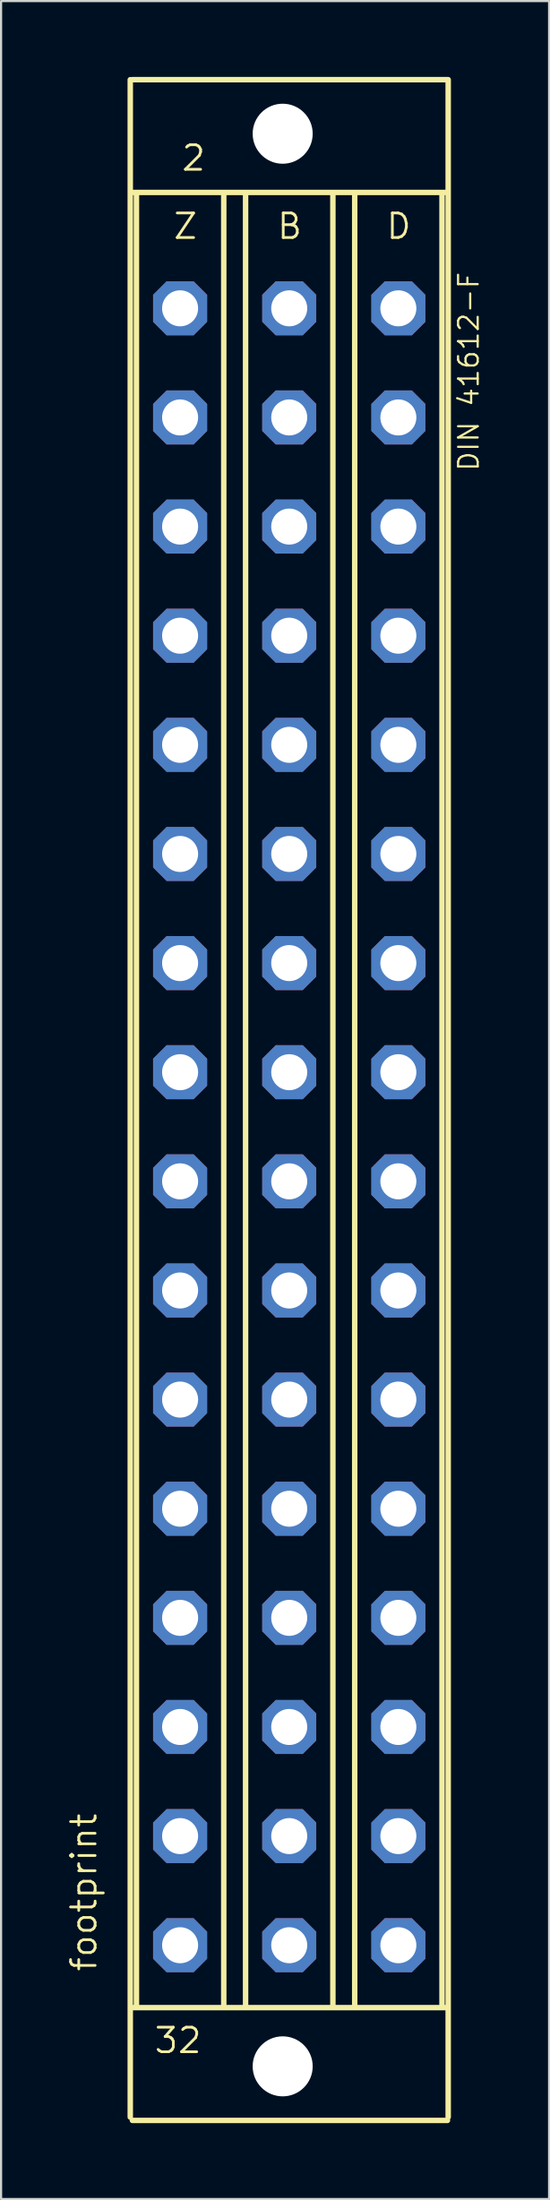
<source format=kicad_pcb>
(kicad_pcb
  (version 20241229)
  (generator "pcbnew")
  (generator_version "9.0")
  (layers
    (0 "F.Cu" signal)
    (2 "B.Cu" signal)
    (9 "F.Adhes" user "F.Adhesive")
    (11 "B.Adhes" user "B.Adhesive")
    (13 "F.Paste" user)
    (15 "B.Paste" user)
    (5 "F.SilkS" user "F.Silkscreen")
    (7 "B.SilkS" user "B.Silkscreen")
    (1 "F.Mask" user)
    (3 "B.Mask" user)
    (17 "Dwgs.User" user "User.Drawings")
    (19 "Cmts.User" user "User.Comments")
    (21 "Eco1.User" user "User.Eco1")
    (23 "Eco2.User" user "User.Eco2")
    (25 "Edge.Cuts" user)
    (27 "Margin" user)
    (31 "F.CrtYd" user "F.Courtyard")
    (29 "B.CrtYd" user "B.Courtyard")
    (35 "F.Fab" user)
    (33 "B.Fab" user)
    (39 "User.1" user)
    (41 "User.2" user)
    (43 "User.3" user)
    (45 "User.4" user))
  (footprint "footprint"
    (layer "F.Cu")
    (at 10.414 48.158)
    (property "Reference" "footprint" (at -8.89 40.64 90) (layer "F.SilkS") (effects (font (size 1.143 1.143) (thickness 0.127)) (justify left bottom)))
    (fp_line (start -7.4 47.346) (end -7.4 -47.498) (stroke (width 0.254) (type solid)) (layer "F.SilkS"))
    (fp_line (start -7.3 -47.5) (end 7.366 -47.5) (stroke (width 0.254) (type solid)) (layer "F.SilkS"))
    (fp_line (start -7.3 -42.25) (end 7.366 -42.25) (stroke (width 0.254) (type solid)) (layer "F.SilkS"))
    (fp_line (start -7.3 42.25) (end 7.366 42.25) (stroke (width 0.254) (type solid)) (layer "F.SilkS"))
    (fp_line (start -7.3 47.5) (end 7.366 47.5) (stroke (width 0.254) (type solid)) (layer "F.SilkS"))
    (fp_line (start -7.112 -42.164) (end -7.112 42.164) (stroke (width 0.254) (type solid)) (layer "F.SilkS"))
    (fp_line (start -3.048 -42.164) (end -3.048 42.164) (stroke (width 0.254) (type solid)) (layer "F.SilkS"))
    (fp_line (start -2.032 -42.164) (end -2.032 42.164) (stroke (width 0.254) (type solid)) (layer "F.SilkS"))
    (fp_line (start 2.032 -42.164) (end 2.032 42.164) (stroke (width 0.254) (type solid)) (layer "F.SilkS"))
    (fp_line (start 3.048 -42.164) (end 3.048 42.164) (stroke (width 0.254) (type solid)) (layer "F.SilkS"))
    (fp_line (start 7.112 -42.164) (end 7.112 42.164) (stroke (width 0.254) (type solid)) (layer "F.SilkS"))
    (fp_line (start 7.4 47.346) (end 7.4 -47.498) (stroke (width 0.254) (type solid)) (layer "F.SilkS"))
    (fp_text user "B" (at -0.635 -40.005 0) (layer "F.SilkS") (effects (font (size 1.143 1.143) (thickness 0.127)) (justify left bottom)))
    (fp_text user "2" (at -5.08 -43.18 0) (layer "F.SilkS") (effects (font (size 1.143 1.143) (thickness 0.127)) (justify left bottom)))
    (fp_text user "D" (at 4.445 -40.005 0) (layer "F.SilkS") (effects (font (size 1.143 1.143) (thickness 0.127)) (justify left bottom)))
    (fp_text user "32" (at -6.35 44.45 0) (layer "F.SilkS") (effects (font (size 1.143 1.143) (thickness 0.127)) (justify left bottom)))
    (fp_text user "Z" (at -5.461 -40.005 0) (layer "F.SilkS") (effects (font (size 1.143 1.143) (thickness 0.127)) (justify left bottom)))
    (fp_text user "DIN 41612-F" (at 8.89 -29.21 90) (layer "F.SilkS") (effects (font (size 0.914 0.914) (thickness 0.102)) (justify left bottom)))
    (pad "" np_thru_hole circle (at -0.305 -44.983) (size 2.794 2.794) (drill 2.794) (layers "*.Cu" "*.Mask"))
    (pad "" np_thru_hole circle (at -0.305 44.983) (size 2.794 2.794) (drill 2.794) (layers "*.Cu" "*.Mask"))
    (pad "B2" thru_hole roundrect (at 0 -36.855) (size 2.515 2.515) (drill 1.676) (layers "*.Cu" "*.Mask") (roundrect_rratio 0.25) (chamfer_ratio 0.25) (chamfer top_left top_right bottom_left bottom_right))
    (pad "B4" thru_hole roundrect (at 0 -31.775) (size 2.515 2.515) (drill 1.676) (layers "*.Cu" "*.Mask") (roundrect_rratio 0.25) (chamfer_ratio 0.25) (chamfer top_left top_right bottom_left bottom_right))
    (pad "B6" thru_hole roundrect (at 0 -26.695) (size 2.515 2.515) (drill 1.676) (layers "*.Cu" "*.Mask") (roundrect_rratio 0.25) (chamfer_ratio 0.25) (chamfer top_left top_right bottom_left bottom_right))
    (pad "B8" thru_hole roundrect (at 0 -21.615) (size 2.515 2.515) (drill 1.676) (layers "*.Cu" "*.Mask") (roundrect_rratio 0.25) (chamfer_ratio 0.25) (chamfer top_left top_right bottom_left bottom_right))
    (pad "B10" thru_hole roundrect (at 0 -16.535) (size 2.515 2.515) (drill 1.676) (layers "*.Cu" "*.Mask") (roundrect_rratio 0.25) (chamfer_ratio 0.25) (chamfer top_left top_right bottom_left bottom_right))
    (pad "B12" thru_hole roundrect (at 0 -11.455) (size 2.515 2.515) (drill 1.676) (layers "*.Cu" "*.Mask") (roundrect_rratio 0.25) (chamfer_ratio 0.25) (chamfer top_left top_right bottom_left bottom_right))
    (pad "B14" thru_hole roundrect (at 0 -6.375) (size 2.515 2.515) (drill 1.676) (layers "*.Cu" "*.Mask") (roundrect_rratio 0.25) (chamfer_ratio 0.25) (chamfer top_left top_right bottom_left bottom_right))
    (pad "B16" thru_hole roundrect (at 0 -1.295) (size 2.515 2.515) (drill 1.676) (layers "*.Cu" "*.Mask") (roundrect_rratio 0.25) (chamfer_ratio 0.25) (chamfer top_left top_right bottom_left bottom_right))
    (pad "B18" thru_hole roundrect (at 0 3.785) (size 2.515 2.515) (drill 1.676) (layers "*.Cu" "*.Mask") (roundrect_rratio 0.25) (chamfer_ratio 0.25) (chamfer top_left top_right bottom_left bottom_right))
    (pad "B20" thru_hole roundrect (at 0 8.865) (size 2.515 2.515) (drill 1.676) (layers "*.Cu" "*.Mask") (roundrect_rratio 0.25) (chamfer_ratio 0.25) (chamfer top_left top_right bottom_left bottom_right))
    (pad "B22" thru_hole roundrect (at 0 13.945) (size 2.515 2.515) (drill 1.676) (layers "*.Cu" "*.Mask") (roundrect_rratio 0.25) (chamfer_ratio 0.25) (chamfer top_left top_right bottom_left bottom_right))
    (pad "B24" thru_hole roundrect (at 0 19.025) (size 2.515 2.515) (drill 1.676) (layers "*.Cu" "*.Mask") (roundrect_rratio 0.25) (chamfer_ratio 0.25) (chamfer top_left top_right bottom_left bottom_right))
    (pad "B26" thru_hole roundrect (at 0 24.105) (size 2.515 2.515) (drill 1.676) (layers "*.Cu" "*.Mask") (roundrect_rratio 0.25) (chamfer_ratio 0.25) (chamfer top_left top_right bottom_left bottom_right))
    (pad "B28" thru_hole roundrect (at 0 29.185) (size 2.515 2.515) (drill 1.676) (layers "*.Cu" "*.Mask") (roundrect_rratio 0.25) (chamfer_ratio 0.25) (chamfer top_left top_right bottom_left bottom_right))
    (pad "B30" thru_hole roundrect (at 0 34.265) (size 2.515 2.515) (drill 1.676) (layers "*.Cu" "*.Mask") (roundrect_rratio 0.25) (chamfer_ratio 0.25) (chamfer top_left top_right bottom_left bottom_right))
    (pad "B32" thru_hole roundrect (at 0 39.345) (size 2.515 2.515) (drill 1.676) (layers "*.Cu" "*.Mask") (roundrect_rratio 0.25) (chamfer_ratio 0.25) (chamfer top_left top_right bottom_left bottom_right))
    (pad "D2" thru_hole roundrect (at 5.08 -36.855) (size 2.515 2.515) (drill 1.676) (layers "*.Cu" "*.Mask") (roundrect_rratio 0.25) (chamfer_ratio 0.25) (chamfer top_left top_right bottom_left bottom_right))
    (pad "D4" thru_hole roundrect (at 5.08 -31.775) (size 2.515 2.515) (drill 1.676) (layers "*.Cu" "*.Mask") (roundrect_rratio 0.25) (chamfer_ratio 0.25) (chamfer top_left top_right bottom_left bottom_right))
    (pad "D6" thru_hole roundrect (at 5.08 -26.695) (size 2.515 2.515) (drill 1.676) (layers "*.Cu" "*.Mask") (roundrect_rratio 0.25) (chamfer_ratio 0.25) (chamfer top_left top_right bottom_left bottom_right))
    (pad "D8" thru_hole roundrect (at 5.08 -21.615) (size 2.515 2.515) (drill 1.676) (layers "*.Cu" "*.Mask") (roundrect_rratio 0.25) (chamfer_ratio 0.25) (chamfer top_left top_right bottom_left bottom_right))
    (pad "D10" thru_hole roundrect (at 5.08 -16.535) (size 2.515 2.515) (drill 1.676) (layers "*.Cu" "*.Mask") (roundrect_rratio 0.25) (chamfer_ratio 0.25) (chamfer top_left top_right bottom_left bottom_right))
    (pad "D12" thru_hole roundrect (at 5.08 -11.455) (size 2.515 2.515) (drill 1.676) (layers "*.Cu" "*.Mask") (roundrect_rratio 0.25) (chamfer_ratio 0.25) (chamfer top_left top_right bottom_left bottom_right))
    (pad "D14" thru_hole roundrect (at 5.08 -6.375) (size 2.515 2.515) (drill 1.676) (layers "*.Cu" "*.Mask") (roundrect_rratio 0.25) (chamfer_ratio 0.25) (chamfer top_left top_right bottom_left bottom_right))
    (pad "D16" thru_hole roundrect (at 5.08 -1.295) (size 2.515 2.515) (drill 1.676) (layers "*.Cu" "*.Mask") (roundrect_rratio 0.25) (chamfer_ratio 0.25) (chamfer top_left top_right bottom_left bottom_right))
    (pad "D18" thru_hole roundrect (at 5.08 3.785) (size 2.515 2.515) (drill 1.676) (layers "*.Cu" "*.Mask") (roundrect_rratio 0.25) (chamfer_ratio 0.25) (chamfer top_left top_right bottom_left bottom_right))
    (pad "D20" thru_hole roundrect (at 5.08 8.865) (size 2.515 2.515) (drill 1.676) (layers "*.Cu" "*.Mask") (roundrect_rratio 0.25) (chamfer_ratio 0.25) (chamfer top_left top_right bottom_left bottom_right))
    (pad "D22" thru_hole roundrect (at 5.08 13.945) (size 2.515 2.515) (drill 1.676) (layers "*.Cu" "*.Mask") (roundrect_rratio 0.25) (chamfer_ratio 0.25) (chamfer top_left top_right bottom_left bottom_right))
    (pad "D24" thru_hole roundrect (at 5.08 19.025) (size 2.515 2.515) (drill 1.676) (layers "*.Cu" "*.Mask") (roundrect_rratio 0.25) (chamfer_ratio 0.25) (chamfer top_left top_right bottom_left bottom_right))
    (pad "D26" thru_hole roundrect (at 5.08 24.105) (size 2.515 2.515) (drill 1.676) (layers "*.Cu" "*.Mask") (roundrect_rratio 0.25) (chamfer_ratio 0.25) (chamfer top_left top_right bottom_left bottom_right))
    (pad "D28" thru_hole roundrect (at 5.08 29.185) (size 2.515 2.515) (drill 1.676) (layers "*.Cu" "*.Mask") (roundrect_rratio 0.25) (chamfer_ratio 0.25) (chamfer top_left top_right bottom_left bottom_right))
    (pad "D30" thru_hole roundrect (at 5.08 34.265) (size 2.515 2.515) (drill 1.676) (layers "*.Cu" "*.Mask") (roundrect_rratio 0.25) (chamfer_ratio 0.25) (chamfer top_left top_right bottom_left bottom_right))
    (pad "D32" thru_hole roundrect (at 5.08 39.345) (size 2.515 2.515) (drill 1.676) (layers "*.Cu" "*.Mask") (roundrect_rratio 0.25) (chamfer_ratio 0.25) (chamfer top_left top_right bottom_left bottom_right))
    (pad "Z2" thru_hole roundrect (at -5.08 -36.855) (size 2.515 2.515) (drill 1.676) (layers "*.Cu" "*.Mask") (roundrect_rratio 0.25) (chamfer_ratio 0.25) (chamfer top_left top_right bottom_left bottom_right))
    (pad "Z4" thru_hole roundrect (at -5.08 -31.775) (size 2.515 2.515) (drill 1.676) (layers "*.Cu" "*.Mask") (roundrect_rratio 0.25) (chamfer_ratio 0.25) (chamfer top_left top_right bottom_left bottom_right))
    (pad "Z6" thru_hole roundrect (at -5.08 -26.695) (size 2.515 2.515) (drill 1.676) (layers "*.Cu" "*.Mask") (roundrect_rratio 0.25) (chamfer_ratio 0.25) (chamfer top_left top_right bottom_left bottom_right))
    (pad "Z8" thru_hole roundrect (at -5.08 -21.615) (size 2.515 2.515) (drill 1.676) (layers "*.Cu" "*.Mask") (roundrect_rratio 0.25) (chamfer_ratio 0.25) (chamfer top_left top_right bottom_left bottom_right))
    (pad "Z10" thru_hole roundrect (at -5.08 -16.535) (size 2.515 2.515) (drill 1.676) (layers "*.Cu" "*.Mask") (roundrect_rratio 0.25) (chamfer_ratio 0.25) (chamfer top_left top_right bottom_left bottom_right))
    (pad "Z12" thru_hole roundrect (at -5.08 -11.455) (size 2.515 2.515) (drill 1.676) (layers "*.Cu" "*.Mask") (roundrect_rratio 0.25) (chamfer_ratio 0.25) (chamfer top_left top_right bottom_left bottom_right))
    (pad "Z14" thru_hole roundrect (at -5.08 -6.375) (size 2.515 2.515) (drill 1.676) (layers "*.Cu" "*.Mask") (roundrect_rratio 0.25) (chamfer_ratio 0.25) (chamfer top_left top_right bottom_left bottom_right))
    (pad "Z16" thru_hole roundrect (at -5.08 -1.295) (size 2.515 2.515) (drill 1.676) (layers "*.Cu" "*.Mask") (roundrect_rratio 0.25) (chamfer_ratio 0.25) (chamfer top_left top_right bottom_left bottom_right))
    (pad "Z18" thru_hole roundrect (at -5.08 3.785) (size 2.515 2.515) (drill 1.676) (layers "*.Cu" "*.Mask") (roundrect_rratio 0.25) (chamfer_ratio 0.25) (chamfer top_left top_right bottom_left bottom_right))
    (pad "Z20" thru_hole roundrect (at -5.08 8.865) (size 2.515 2.515) (drill 1.676) (layers "*.Cu" "*.Mask") (roundrect_rratio 0.25) (chamfer_ratio 0.25) (chamfer top_left top_right bottom_left bottom_right))
    (pad "Z22" thru_hole roundrect (at -5.08 13.945) (size 2.515 2.515) (drill 1.676) (layers "*.Cu" "*.Mask") (roundrect_rratio 0.25) (chamfer_ratio 0.25) (chamfer top_left top_right bottom_left bottom_right))
    (pad "Z24" thru_hole roundrect (at -5.08 19.025) (size 2.515 2.515) (drill 1.676) (layers "*.Cu" "*.Mask") (roundrect_rratio 0.25) (chamfer_ratio 0.25) (chamfer top_left top_right bottom_left bottom_right))
    (pad "Z26" thru_hole roundrect (at -5.08 24.105) (size 2.515 2.515) (drill 1.676) (layers "*.Cu" "*.Mask") (roundrect_rratio 0.25) (chamfer_ratio 0.25) (chamfer top_left top_right bottom_left bottom_right))
    (pad "Z28" thru_hole roundrect (at -5.08 29.185) (size 2.515 2.515) (drill 1.676) (layers "*.Cu" "*.Mask") (roundrect_rratio 0.25) (chamfer_ratio 0.25) (chamfer top_left top_right bottom_left bottom_right))
    (pad "Z30" thru_hole roundrect (at -5.08 34.265) (size 2.515 2.515) (drill 1.676) (layers "*.Cu" "*.Mask") (roundrect_rratio 0.25) (chamfer_ratio 0.25) (chamfer top_left top_right bottom_left bottom_right))
    (pad "Z32" thru_hole roundrect (at -5.08 39.345) (size 2.515 2.515) (drill 1.676) (layers "*.Cu" "*.Mask") (roundrect_rratio 0.25) (chamfer_ratio 0.25) (chamfer top_left top_right bottom_left bottom_right))
    (zone (net_name "") (layers "F.Cu" "B.Cu") (hatch edge 0.508) (connect_pads) (min_thickness 0.254) (filled_areas_thickness no) (keepout (tracks allowed) (vias not_allowed) (pads allowed) (copperpour allowed) (footprints allowed)) (placement (enabled no)) (fill) (polygon (pts (xy 13.284 3.175) (xy 13.236 2.624) (xy 13.093 2.089) (xy 12.859 1.587) (xy 12.541 1.134) (xy 12.15 0.743) (xy 11.697 0.425) (xy 11.195 0.191) (xy 10.661 0.048) (xy 10.109 0) (xy 9.558 0.048) (xy 9.023 0.191) (xy 8.522 0.425) (xy 8.068 0.743) (xy 7.677 1.134) (xy 7.36 1.587) (xy 7.126 2.089) (xy 6.982 2.624) (xy 6.934 3.175) (xy 6.982 3.726) (xy 7.126 4.261) (xy 7.36 4.763) (xy 7.677 5.216) (xy 8.068 5.607) (xy 8.522 5.925) (xy 9.023 6.159) (xy 9.558 6.302) (xy 10.109 6.35) (xy 10.661 6.302) (xy 11.195 6.159) (xy 11.697 5.925) (xy 12.15 5.607) (xy 12.541 5.216) (xy 12.859 4.763) (xy 13.093 4.261) (xy 13.236 3.726))) (polygon (pts (xy 11.506 3.175) (xy 11.485 2.932) (xy 11.422 2.697) (xy 11.319 2.477) (xy 11.179 2.277) (xy 11.007 2.105) (xy 10.808 1.965) (xy 10.587 1.862) (xy 10.352 1.799) (xy 10.109 1.778) (xy 9.867 1.799) (xy 9.631 1.862) (xy 9.411 1.965) (xy 9.211 2.105) (xy 9.039 2.277) (xy 8.899 2.477) (xy 8.796 2.697) (xy 8.733 2.932) (xy 8.712 3.175) (xy 8.733 3.418) (xy 8.796 3.653) (xy 8.899 3.873) (xy 9.039 4.073) (xy 9.211 4.245) (xy 9.411 4.385) (xy 9.631 4.488) (xy 9.867 4.551) (xy 10.109 4.572) (xy 10.352 4.551) (xy 10.587 4.488) (xy 10.808 4.385) (xy 11.007 4.245) (xy 11.179 4.073) (xy 11.319 3.873) (xy 11.422 3.653) (xy 11.485 3.418))))
    (zone (net_name "") (layers "F.Cu" "B.Cu") (hatch edge 0.508) (connect_pads) (min_thickness 0.254) (filled_areas_thickness no) (keepout (tracks allowed) (vias not_allowed) (pads allowed) (copperpour allowed) (footprints allowed)) (placement (enabled no)) (fill) (polygon (pts (xy 13.284 93.142) (xy 13.236 92.59) (xy 13.093 92.056) (xy 12.859 91.554) (xy 12.541 91.101) (xy 12.15 90.71) (xy 11.697 90.392) (xy 11.195 90.158) (xy 10.661 90.015) (xy 10.109 89.967) (xy 9.558 90.015) (xy 9.023 90.158) (xy 8.522 90.392) (xy 8.068 90.71) (xy 7.677 91.101) (xy 7.36 91.554) (xy 7.126 92.056) (xy 6.982 92.59) (xy 6.934 93.142) (xy 6.982 93.693) (xy 7.126 94.228) (xy 7.36 94.729) (xy 7.677 95.183) (xy 8.068 95.574) (xy 8.522 95.891) (xy 9.023 96.125) (xy 9.558 96.269) (xy 10.109 96.317) (xy 10.661 96.269) (xy 11.195 96.125) (xy 11.697 95.891) (xy 12.15 95.574) (xy 12.541 95.183) (xy 12.859 94.729) (xy 13.093 94.228) (xy 13.236 93.693))) (polygon (pts (xy 11.506 93.142) (xy 11.485 92.899) (xy 11.422 92.664) (xy 11.319 92.443) (xy 11.179 92.244) (xy 11.007 92.072) (xy 10.808 91.932) (xy 10.587 91.829) (xy 10.352 91.766) (xy 10.109 91.745) (xy 9.867 91.766) (xy 9.631 91.829) (xy 9.411 91.932) (xy 9.211 92.072) (xy 9.039 92.244) (xy 8.899 92.443) (xy 8.796 92.664) (xy 8.733 92.899) (xy 8.712 93.142) (xy 8.733 93.384) (xy 8.796 93.62) (xy 8.899 93.84) (xy 9.039 94.04) (xy 9.211 94.212) (xy 9.411 94.352) (xy 9.631 94.455) (xy 9.867 94.518) (xy 10.109 94.539) (xy 10.352 94.518) (xy 10.587 94.455) (xy 10.808 94.352) (xy 11.007 94.212) (xy 11.179 94.04) (xy 11.319 93.84) (xy 11.422 93.62) (xy 11.485 93.384))))
    (zone (net_name "") (layer "B.Cu") (hatch edge 0.508) (connect_pads) (min_thickness 0.254) (filled_areas_thickness no) (keepout (tracks not_allowed) (vias not_allowed) (pads not_allowed) (copperpour not_allowed) (footprints allowed)) (placement (enabled no)) (fill) (polygon (pts (xy 13.284 3.175) (xy 13.236 2.624) (xy 13.093 2.089) (xy 12.859 1.587) (xy 12.541 1.134) (xy 12.15 0.743) (xy 11.697 0.425) (xy 11.195 0.191) (xy 10.661 0.048) (xy 10.109 0) (xy 9.558 0.048) (xy 9.023 0.191) (xy 8.522 0.425) (xy 8.068 0.743) (xy 7.677 1.134) (xy 7.36 1.587) (xy 7.126 2.089) (xy 6.982 2.624) (xy 6.934 3.175) (xy 6.982 3.726) (xy 7.126 4.261) (xy 7.36 4.763) (xy 7.677 5.216) (xy 8.068 5.607) (xy 8.522 5.925) (xy 9.023 6.159) (xy 9.558 6.302) (xy 10.109 6.35) (xy 10.661 6.302) (xy 11.195 6.159) (xy 11.697 5.925) (xy 12.15 5.607) (xy 12.541 5.216) (xy 12.859 4.763) (xy 13.093 4.261) (xy 13.236 3.726))) (polygon (pts (xy 11.506 3.175) (xy 11.485 2.932) (xy 11.422 2.697) (xy 11.319 2.477) (xy 11.179 2.277) (xy 11.007 2.105) (xy 10.808 1.965) (xy 10.587 1.862) (xy 10.352 1.799) (xy 10.109 1.778) (xy 9.867 1.799) (xy 9.631 1.862) (xy 9.411 1.965) (xy 9.211 2.105) (xy 9.039 2.277) (xy 8.899 2.477) (xy 8.796 2.697) (xy 8.733 2.932) (xy 8.712 3.175) (xy 8.733 3.418) (xy 8.796 3.653) (xy 8.899 3.873) (xy 9.039 4.073) (xy 9.211 4.245) (xy 9.411 4.385) (xy 9.631 4.488) (xy 9.867 4.551) (xy 10.109 4.572) (xy 10.352 4.551) (xy 10.587 4.488) (xy 10.808 4.385) (xy 11.007 4.245) (xy 11.179 4.073) (xy 11.319 3.873) (xy 11.422 3.653) (xy 11.485 3.418))))
    (zone (net_name "") (layer "B.Cu") (hatch edge 0.508) (connect_pads) (min_thickness 0.254) (filled_areas_thickness no) (keepout (tracks not_allowed) (vias not_allowed) (pads not_allowed) (copperpour not_allowed) (footprints allowed)) (placement (enabled no)) (fill) (polygon (pts (xy 13.284 93.142) (xy 13.236 92.59) (xy 13.093 92.056) (xy 12.859 91.554) (xy 12.541 91.101) (xy 12.15 90.71) (xy 11.697 90.392) (xy 11.195 90.158) (xy 10.661 90.015) (xy 10.109 89.967) (xy 9.558 90.015) (xy 9.023 90.158) (xy 8.522 90.392) (xy 8.068 90.71) (xy 7.677 91.101) (xy 7.36 91.554) (xy 7.126 92.056) (xy 6.982 92.59) (xy 6.934 93.142) (xy 6.982 93.693) (xy 7.126 94.228) (xy 7.36 94.729) (xy 7.677 95.183) (xy 8.068 95.574) (xy 8.522 95.891) (xy 9.023 96.125) (xy 9.558 96.269) (xy 10.109 96.317) (xy 10.661 96.269) (xy 11.195 96.125) (xy 11.697 95.891) (xy 12.15 95.574) (xy 12.541 95.183) (xy 12.859 94.729) (xy 13.093 94.228) (xy 13.236 93.693))) (polygon (pts (xy 11.506 93.142) (xy 11.485 92.899) (xy 11.422 92.664) (xy 11.319 92.443) (xy 11.179 92.244) (xy 11.007 92.072) (xy 10.808 91.932) (xy 10.587 91.829) (xy 10.352 91.766) (xy 10.109 91.745) (xy 9.867 91.766) (xy 9.631 91.829) (xy 9.411 91.932) (xy 9.211 92.072) (xy 9.039 92.244) (xy 8.899 92.443) (xy 8.796 92.664) (xy 8.733 92.899) (xy 8.712 93.142) (xy 8.733 93.384) (xy 8.796 93.62) (xy 8.899 93.84) (xy 9.039 94.04) (xy 9.211 94.212) (xy 9.411 94.352) (xy 9.631 94.455) (xy 9.867 94.518) (xy 10.109 94.539) (xy 10.352 94.518) (xy 10.587 94.455) (xy 10.808 94.352) (xy 11.007 94.212) (xy 11.179 94.04) (xy 11.319 93.84) (xy 11.422 93.62) (xy 11.485 93.384)))))
  (gr_rect
    (start -3 -3)
    (end 22.511 99.317)
    (stroke (width 0.1) (type default))
    (fill no)
    (layer "Edge.Cuts")))
</source>
